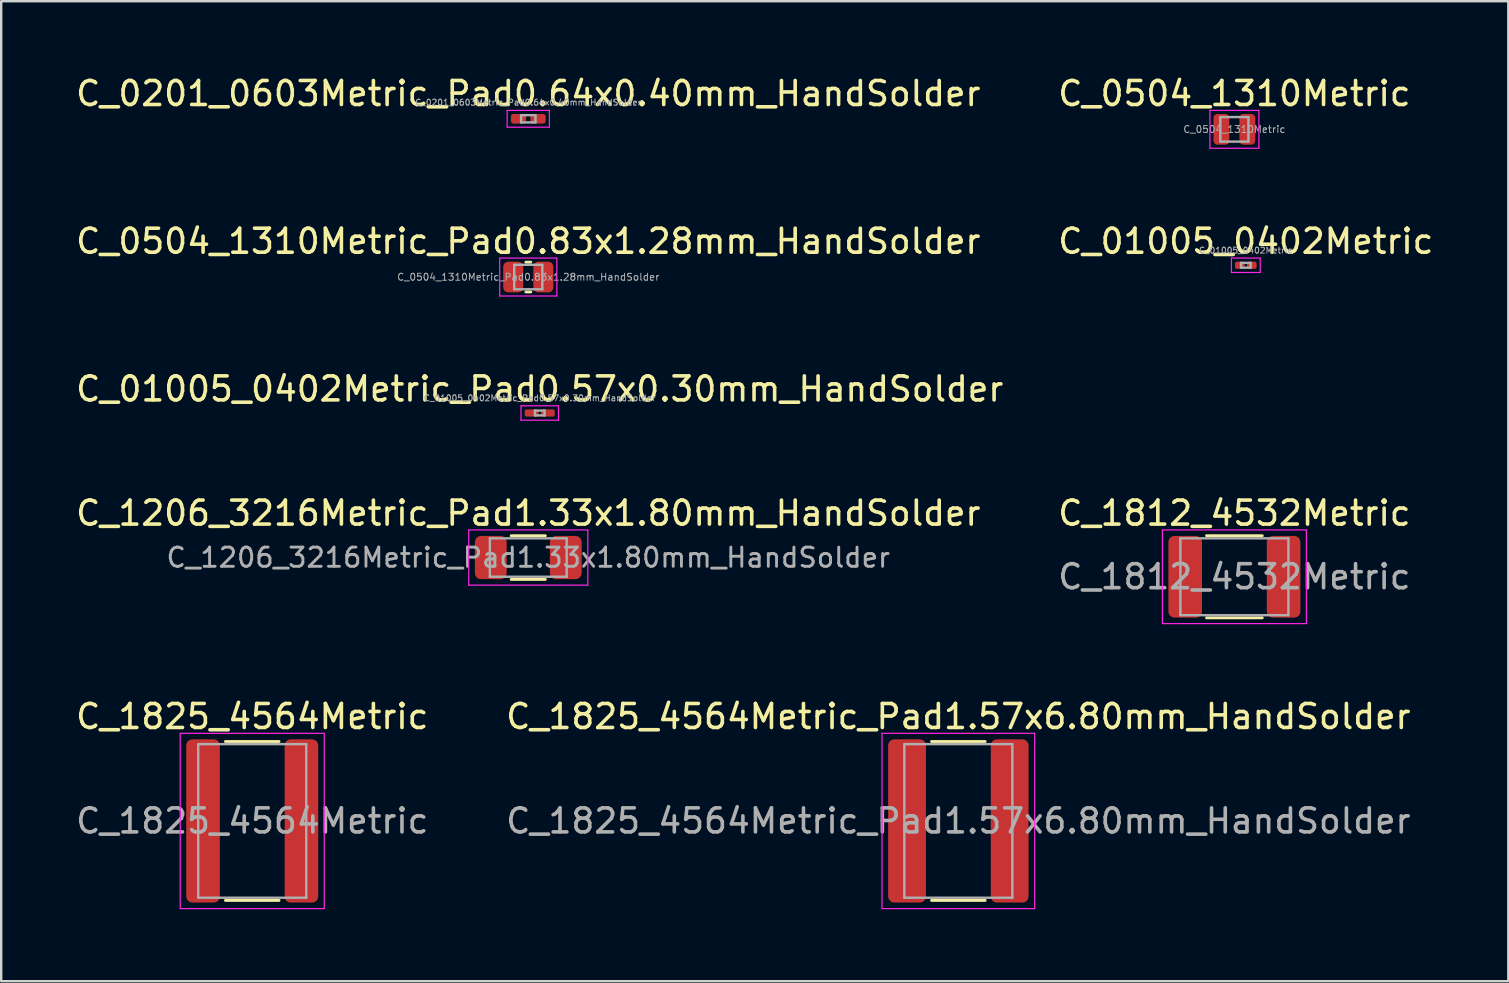
<source format=kicad_pcb>
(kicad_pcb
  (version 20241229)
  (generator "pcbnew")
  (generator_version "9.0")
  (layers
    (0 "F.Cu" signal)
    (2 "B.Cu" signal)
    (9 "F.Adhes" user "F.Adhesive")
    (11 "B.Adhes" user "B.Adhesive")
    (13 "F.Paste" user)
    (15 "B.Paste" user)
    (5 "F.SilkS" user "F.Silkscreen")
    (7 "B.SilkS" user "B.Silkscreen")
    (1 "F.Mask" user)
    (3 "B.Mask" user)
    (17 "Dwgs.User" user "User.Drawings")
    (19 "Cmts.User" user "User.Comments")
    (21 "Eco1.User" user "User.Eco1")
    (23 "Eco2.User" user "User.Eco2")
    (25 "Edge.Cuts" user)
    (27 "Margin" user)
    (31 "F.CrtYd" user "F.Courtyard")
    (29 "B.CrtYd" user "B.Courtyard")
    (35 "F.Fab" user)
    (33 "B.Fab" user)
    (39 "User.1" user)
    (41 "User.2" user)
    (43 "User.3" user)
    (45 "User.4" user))
  (footprint "C_0201_0603Metric_Pad0.64x0.40mm_HandSolder"
    (layer "F.Cu")
    (at 18.958 1.898)
    (property "Reference" "C_0201_0603Metric_Pad0.64x0.40mm_HandSolder" (at 0 -1.05 0) (layer "F.SilkS") (effects (font (size 1 1) (thickness 0.15))))
    (attr smd)
    (fp_line (start -0.88 -0.35) (end 0.88 -0.35) (stroke (width 0.05) (type solid)) (layer "F.CrtYd"))
    (fp_line (start -0.88 0.35) (end -0.88 -0.35) (stroke (width 0.05) (type solid)) (layer "F.CrtYd"))
    (fp_line (start 0.88 -0.35) (end 0.88 0.35) (stroke (width 0.05) (type solid)) (layer "F.CrtYd"))
    (fp_line (start 0.88 0.35) (end -0.88 0.35) (stroke (width 0.05) (type solid)) (layer "F.CrtYd"))
    (fp_line (start -0.3 -0.15) (end 0.3 -0.15) (stroke (width 0.1) (type solid)) (layer "F.Fab"))
    (fp_line (start -0.3 0.15) (end -0.3 -0.15) (stroke (width 0.1) (type solid)) (layer "F.Fab"))
    (fp_line (start 0.3 -0.15) (end 0.3 0.15) (stroke (width 0.1) (type solid)) (layer "F.Fab"))
    (fp_line (start 0.3 0.15) (end -0.3 0.15) (stroke (width 0.1) (type solid)) (layer "F.Fab"))
    (fp_text user "${REFERENCE}" (at 0 -0.68 0) (layer "F.Fab") (effects (font (size 0.25 0.25) (thickness 0.04))))
    (pad "" smd roundrect (at -0.432 0) (size 0.458 0.36) (layers "F.Paste") (roundrect_rratio 0.25))
    (pad "" smd roundrect (at 0.432 0) (size 0.458 0.36) (layers "F.Paste") (roundrect_rratio 0.25))
    (pad "1" smd roundrect (at -0.407 0) (size 0.635 0.4) (layers "F.Cu" "F.Mask") (roundrect_rratio 0.25))
    (pad "2" smd roundrect (at 0.407 0) (size 0.635 0.4) (layers "F.Cu" "F.Mask") (roundrect_rratio 0.25)))
  (footprint "C_1812_4532Metric"
    (layer "F.Cu")
    (at 48.375 20.978)
    (property "Reference" "C_1812_4532Metric" (at 0 -2.65 0) (layer "F.SilkS") (effects (font (size 1 1) (thickness 0.15))))
    (attr smd)
    (fp_line (start -1.161 -1.71) (end 1.161 -1.71) (stroke (width 0.12) (type solid)) (layer "F.SilkS"))
    (fp_line (start -1.161 1.71) (end 1.161 1.71) (stroke (width 0.12) (type solid)) (layer "F.SilkS"))
    (fp_line (start -3 -1.95) (end 3 -1.95) (stroke (width 0.05) (type solid)) (layer "F.CrtYd"))
    (fp_line (start -3 1.95) (end -3 -1.95) (stroke (width 0.05) (type solid)) (layer "F.CrtYd"))
    (fp_line (start 3 -1.95) (end 3 1.95) (stroke (width 0.05) (type solid)) (layer "F.CrtYd"))
    (fp_line (start 3 1.95) (end -3 1.95) (stroke (width 0.05) (type solid)) (layer "F.CrtYd"))
    (fp_line (start -2.25 -1.6) (end 2.25 -1.6) (stroke (width 0.1) (type solid)) (layer "F.Fab"))
    (fp_line (start -2.25 1.6) (end -2.25 -1.6) (stroke (width 0.1) (type solid)) (layer "F.Fab"))
    (fp_line (start 2.25 -1.6) (end 2.25 1.6) (stroke (width 0.1) (type solid)) (layer "F.Fab"))
    (fp_line (start 2.25 1.6) (end -2.25 1.6) (stroke (width 0.1) (type solid)) (layer "F.Fab"))
    (fp_text user "${REFERENCE}" (at 0 0 0) (layer "F.Fab") (effects (font (size 1 1) (thickness 0.15))))
    (pad "1" smd roundrect (at -2.05 0) (size 1.4 3.4) (layers "F.Cu" "F.Mask" "F.Paste") (roundrect_rratio 0.179))
    (pad "2" smd roundrect (at 2.05 0) (size 1.4 3.4) (layers "F.Cu" "F.Mask" "F.Paste") (roundrect_rratio 0.179)))
  (footprint "C_1825_4564Metric_Pad1.57x6.80mm_HandSolder"
    (layer "F.Cu")
    (at 36.875 31.151)
    (property "Reference" "C_1825_4564Metric_Pad1.57x6.80mm_HandSolder" (at 0 -4.35 0) (layer "F.SilkS") (effects (font (size 1 1) (thickness 0.15))))
    (attr smd)
    (fp_line (start -1.116 -3.31) (end 1.116 -3.31) (stroke (width 0.12) (type solid)) (layer "F.SilkS"))
    (fp_line (start -1.116 3.31) (end 1.116 3.31) (stroke (width 0.12) (type solid)) (layer "F.SilkS"))
    (fp_line (start -3.18 -3.65) (end 3.18 -3.65) (stroke (width 0.05) (type solid)) (layer "F.CrtYd"))
    (fp_line (start -3.18 3.65) (end -3.18 -3.65) (stroke (width 0.05) (type solid)) (layer "F.CrtYd"))
    (fp_line (start 3.18 -3.65) (end 3.18 3.65) (stroke (width 0.05) (type solid)) (layer "F.CrtYd"))
    (fp_line (start 3.18 3.65) (end -3.18 3.65) (stroke (width 0.05) (type solid)) (layer "F.CrtYd"))
    (fp_line (start -2.25 -3.2) (end 2.25 -3.2) (stroke (width 0.1) (type solid)) (layer "F.Fab"))
    (fp_line (start -2.25 3.2) (end -2.25 -3.2) (stroke (width 0.1) (type solid)) (layer "F.Fab"))
    (fp_line (start 2.25 -3.2) (end 2.25 3.2) (stroke (width 0.1) (type solid)) (layer "F.Fab"))
    (fp_line (start 2.25 3.2) (end -2.25 3.2) (stroke (width 0.1) (type solid)) (layer "F.Fab"))
    (fp_text user "${REFERENCE}" (at 0 0 0) (layer "F.Fab") (effects (font (size 1 1) (thickness 0.15))))
    (pad "1" smd roundrect (at -2.138 0) (size 1.575 6.8) (layers "F.Cu" "F.Mask" "F.Paste") (roundrect_rratio 0.159))
    (pad "2" smd roundrect (at 2.138 0) (size 1.575 6.8) (layers "F.Cu" "F.Mask" "F.Paste") (roundrect_rratio 0.159)))
  (footprint "C_01005_0402Metric_Pad0.57x0.30mm_HandSolder"
    (layer "F.Cu")
    (at 19.435 14.155)
    (property "Reference" "C_01005_0402Metric_Pad0.57x0.30mm_HandSolder" (at 0 -1 0) (layer "F.SilkS") (effects (font (size 1 1) (thickness 0.15))))
    (attr smd)
    (fp_line (start -0.78 -0.3) (end 0.78 -0.3) (stroke (width 0.05) (type solid)) (layer "F.CrtYd"))
    (fp_line (start -0.78 0.3) (end -0.78 -0.3) (stroke (width 0.05) (type solid)) (layer "F.CrtYd"))
    (fp_line (start 0.78 -0.3) (end 0.78 0.3) (stroke (width 0.05) (type solid)) (layer "F.CrtYd"))
    (fp_line (start 0.78 0.3) (end -0.78 0.3) (stroke (width 0.05) (type solid)) (layer "F.CrtYd"))
    (fp_line (start -0.2 -0.1) (end 0.2 -0.1) (stroke (width 0.1) (type solid)) (layer "F.Fab"))
    (fp_line (start -0.2 0.1) (end -0.2 -0.1) (stroke (width 0.1) (type solid)) (layer "F.Fab"))
    (fp_line (start 0.2 -0.1) (end 0.2 0.1) (stroke (width 0.1) (type solid)) (layer "F.Fab"))
    (fp_line (start 0.2 0.1) (end -0.2 0.1) (stroke (width 0.1) (type solid)) (layer "F.Fab"))
    (fp_text user "${REFERENCE}" (at 0 -0.62 0) (layer "F.Fab") (effects (font (size 0.25 0.25) (thickness 0.04))))
    (pad "" smd roundrect (at -0.362 0) (size 0.41 0.27) (layers "F.Paste") (roundrect_rratio 0.25))
    (pad "" smd roundrect (at 0.362 0) (size 0.41 0.27) (layers "F.Paste") (roundrect_rratio 0.25))
    (pad "1" smd roundrect (at -0.338 0) (size 0.575 0.3) (layers "F.Cu" "F.Mask") (roundrect_rratio 0.25))
    (pad "2" smd roundrect (at 0.338 0) (size 0.575 0.3) (layers "F.Cu" "F.Mask") (roundrect_rratio 0.25)))
  (footprint "C_1206_3216Metric_Pad1.33x1.80mm_HandSolder"
    (layer "F.Cu")
    (at 18.958 20.178)
    (property "Reference" "C_1206_3216Metric_Pad1.33x1.80mm_HandSolder" (at 0 -1.85 0) (layer "F.SilkS") (effects (font (size 1 1) (thickness 0.15))))
    (attr smd)
    (fp_line (start -0.711 -0.91) (end 0.711 -0.91) (stroke (width 0.12) (type solid)) (layer "F.SilkS"))
    (fp_line (start -0.711 0.91) (end 0.711 0.91) (stroke (width 0.12) (type solid)) (layer "F.SilkS"))
    (fp_line (start -2.48 -1.15) (end 2.48 -1.15) (stroke (width 0.05) (type solid)) (layer "F.CrtYd"))
    (fp_line (start -2.48 1.15) (end -2.48 -1.15) (stroke (width 0.05) (type solid)) (layer "F.CrtYd"))
    (fp_line (start 2.48 -1.15) (end 2.48 1.15) (stroke (width 0.05) (type solid)) (layer "F.CrtYd"))
    (fp_line (start 2.48 1.15) (end -2.48 1.15) (stroke (width 0.05) (type solid)) (layer "F.CrtYd"))
    (fp_line (start -1.6 -0.8) (end 1.6 -0.8) (stroke (width 0.1) (type solid)) (layer "F.Fab"))
    (fp_line (start -1.6 0.8) (end -1.6 -0.8) (stroke (width 0.1) (type solid)) (layer "F.Fab"))
    (fp_line (start 1.6 -0.8) (end 1.6 0.8) (stroke (width 0.1) (type solid)) (layer "F.Fab"))
    (fp_line (start 1.6 0.8) (end -1.6 0.8) (stroke (width 0.1) (type solid)) (layer "F.Fab"))
    (fp_text user "${REFERENCE}" (at 0 0 0) (layer "F.Fab") (effects (font (size 0.8 0.8) (thickness 0.12))))
    (pad "1" smd roundrect (at -1.562 0) (size 1.325 1.8) (layers "F.Cu" "F.Mask" "F.Paste") (roundrect_rratio 0.189))
    (pad "2" smd roundrect (at 1.562 0) (size 1.325 1.8) (layers "F.Cu" "F.Mask" "F.Paste") (roundrect_rratio 0.189)))
  (footprint "C_1825_4564Metric"
    (layer "F.Cu")
    (at 7.458 31.151)
    (property "Reference" "C_1825_4564Metric" (at 0 -4.35 0) (layer "F.SilkS") (effects (font (size 1 1) (thickness 0.15))))
    (attr smd)
    (fp_line (start -1.116 -3.31) (end 1.116 -3.31) (stroke (width 0.12) (type solid)) (layer "F.SilkS"))
    (fp_line (start -1.116 3.31) (end 1.116 3.31) (stroke (width 0.12) (type solid)) (layer "F.SilkS"))
    (fp_line (start -3 -3.65) (end 3 -3.65) (stroke (width 0.05) (type solid)) (layer "F.CrtYd"))
    (fp_line (start -3 3.65) (end -3 -3.65) (stroke (width 0.05) (type solid)) (layer "F.CrtYd"))
    (fp_line (start 3 -3.65) (end 3 3.65) (stroke (width 0.05) (type solid)) (layer "F.CrtYd"))
    (fp_line (start 3 3.65) (end -3 3.65) (stroke (width 0.05) (type solid)) (layer "F.CrtYd"))
    (fp_line (start -2.25 -3.2) (end 2.25 -3.2) (stroke (width 0.1) (type solid)) (layer "F.Fab"))
    (fp_line (start -2.25 3.2) (end -2.25 -3.2) (stroke (width 0.1) (type solid)) (layer "F.Fab"))
    (fp_line (start 2.25 -3.2) (end 2.25 3.2) (stroke (width 0.1) (type solid)) (layer "F.Fab"))
    (fp_line (start 2.25 3.2) (end -2.25 3.2) (stroke (width 0.1) (type solid)) (layer "F.Fab"))
    (fp_text user "${REFERENCE}" (at 0 0 0) (layer "F.Fab") (effects (font (size 1 1) (thickness 0.15))))
    (pad "1" smd roundrect (at -2.05 0) (size 1.4 6.8) (layers "F.Cu" "F.Mask" "F.Paste") (roundrect_rratio 0.179))
    (pad "2" smd roundrect (at 2.05 0) (size 1.4 6.8) (layers "F.Cu" "F.Mask" "F.Paste") (roundrect_rratio 0.179)))
  (footprint "C_01005_0402Metric"
    (layer "F.Cu")
    (at 48.851 8.002)
    (property "Reference" "C_01005_0402Metric" (at 0 -1 0) (layer "F.SilkS") (effects (font (size 1 1) (thickness 0.15))))
    (attr smd)
    (fp_line (start -0.6 -0.3) (end 0.6 -0.3) (stroke (width 0.05) (type solid)) (layer "F.CrtYd"))
    (fp_line (start -0.6 0.3) (end -0.6 -0.3) (stroke (width 0.05) (type solid)) (layer "F.CrtYd"))
    (fp_line (start 0.6 -0.3) (end 0.6 0.3) (stroke (width 0.05) (type solid)) (layer "F.CrtYd"))
    (fp_line (start 0.6 0.3) (end -0.6 0.3) (stroke (width 0.05) (type solid)) (layer "F.CrtYd"))
    (fp_line (start -0.2 -0.1) (end 0.2 -0.1) (stroke (width 0.1) (type solid)) (layer "F.Fab"))
    (fp_line (start -0.2 0.1) (end -0.2 -0.1) (stroke (width 0.1) (type solid)) (layer "F.Fab"))
    (fp_line (start 0.2 -0.1) (end 0.2 0.1) (stroke (width 0.1) (type solid)) (layer "F.Fab"))
    (fp_line (start 0.2 0.1) (end -0.2 0.1) (stroke (width 0.1) (type solid)) (layer "F.Fab"))
    (fp_text user "${REFERENCE}" (at 0 -0.62 0) (layer "F.Fab") (effects (font (size 0.25 0.25) (thickness 0.04))))
    (pad "" smd roundrect (at -0.275 0) (size 0.27 0.27) (layers "F.Paste") (roundrect_rratio 0.25))
    (pad "" smd roundrect (at 0.275 0) (size 0.27 0.27) (layers "F.Paste") (roundrect_rratio 0.25))
    (pad "1" smd roundrect (at -0.25 0) (size 0.4 0.3) (layers "F.Cu" "F.Mask") (roundrect_rratio 0.25))
    (pad "2" smd roundrect (at 0.25 0) (size 0.4 0.3) (layers "F.Cu" "F.Mask") (roundrect_rratio 0.25)))
  (footprint "C_0504_1310Metric_Pad0.83x1.28mm_HandSolder"
    (layer "F.Cu")
    (at 18.958 8.492)
    (property "Reference" "C_0504_1310Metric_Pad0.83x1.28mm_HandSolder" (at 0 -1.49 0) (layer "F.SilkS") (effects (font (size 1 1) (thickness 0.15))))
    (attr smd)
    (fp_line (start -0.102 -0.62) (end 0.102 -0.62) (stroke (width 0.12) (type solid)) (layer "F.SilkS"))
    (fp_line (start -0.102 0.62) (end 0.102 0.62) (stroke (width 0.12) (type solid)) (layer "F.SilkS"))
    (fp_line (start -1.19 -0.79) (end 1.19 -0.79) (stroke (width 0.05) (type solid)) (layer "F.CrtYd"))
    (fp_line (start -1.19 0.79) (end -1.19 -0.79) (stroke (width 0.05) (type solid)) (layer "F.CrtYd"))
    (fp_line (start 1.19 -0.79) (end 1.19 0.79) (stroke (width 0.05) (type solid)) (layer "F.CrtYd"))
    (fp_line (start 1.19 0.79) (end -1.19 0.79) (stroke (width 0.05) (type solid)) (layer "F.CrtYd"))
    (fp_line (start -0.585 -0.51) (end 0.585 -0.51) (stroke (width 0.1) (type solid)) (layer "F.Fab"))
    (fp_line (start -0.585 0.51) (end -0.585 -0.51) (stroke (width 0.1) (type solid)) (layer "F.Fab"))
    (fp_line (start 0.585 -0.51) (end 0.585 0.51) (stroke (width 0.1) (type solid)) (layer "F.Fab"))
    (fp_line (start 0.585 0.51) (end -0.585 0.51) (stroke (width 0.1) (type solid)) (layer "F.Fab"))
    (fp_text user "${REFERENCE}" (at 0 0 0) (layer "F.Fab") (effects (font (size 0.29 0.29) (thickness 0.04))))
    (pad "1" smd roundrect (at -0.627 0) (size 0.835 1.28) (layers "F.Cu" "F.Mask" "F.Paste") (roundrect_rratio 0.25))
    (pad "2" smd roundrect (at 0.627 0) (size 0.835 1.28) (layers "F.Cu" "F.Mask" "F.Paste") (roundrect_rratio 0.25)))
  (footprint "C_0504_1310Metric"
    (layer "F.Cu")
    (at 48.375 2.338)
    (property "Reference" "C_0504_1310Metric" (at 0 -1.49 0) (layer "F.SilkS") (effects (font (size 1 1) (thickness 0.15))))
    (attr smd)
    (fp_line (start -1.02 -0.79) (end 1.02 -0.79) (stroke (width 0.05) (type solid)) (layer "F.CrtYd"))
    (fp_line (start -1.02 0.79) (end -1.02 -0.79) (stroke (width 0.05) (type solid)) (layer "F.CrtYd"))
    (fp_line (start 1.02 -0.79) (end 1.02 0.79) (stroke (width 0.05) (type solid)) (layer "F.CrtYd"))
    (fp_line (start 1.02 0.79) (end -1.02 0.79) (stroke (width 0.05) (type solid)) (layer "F.CrtYd"))
    (fp_line (start -0.585 -0.51) (end 0.585 -0.51) (stroke (width 0.1) (type solid)) (layer "F.Fab"))
    (fp_line (start -0.585 0.51) (end -0.585 -0.51) (stroke (width 0.1) (type solid)) (layer "F.Fab"))
    (fp_line (start 0.585 -0.51) (end 0.585 0.51) (stroke (width 0.1) (type solid)) (layer "F.Fab"))
    (fp_line (start 0.585 0.51) (end -0.585 0.51) (stroke (width 0.1) (type solid)) (layer "F.Fab"))
    (fp_text user "${REFERENCE}" (at 0 0 0) (layer "F.Fab") (effects (font (size 0.29 0.29) (thickness 0.04))))
    (pad "1" smd roundrect (at -0.54 0) (size 0.66 1.28) (layers "F.Cu" "F.Mask" "F.Paste") (roundrect_rratio 0.25))
    (pad "2" smd roundrect (at 0.54 0) (size 0.66 1.28) (layers "F.Cu" "F.Mask" "F.Paste") (roundrect_rratio 0.25)))
  (gr_rect
    (start -3 -3)
    (end 59.786 37.826)
    (stroke (width 0.1) (type default))
    (fill no)
    (layer "Edge.Cuts")))
</source>
